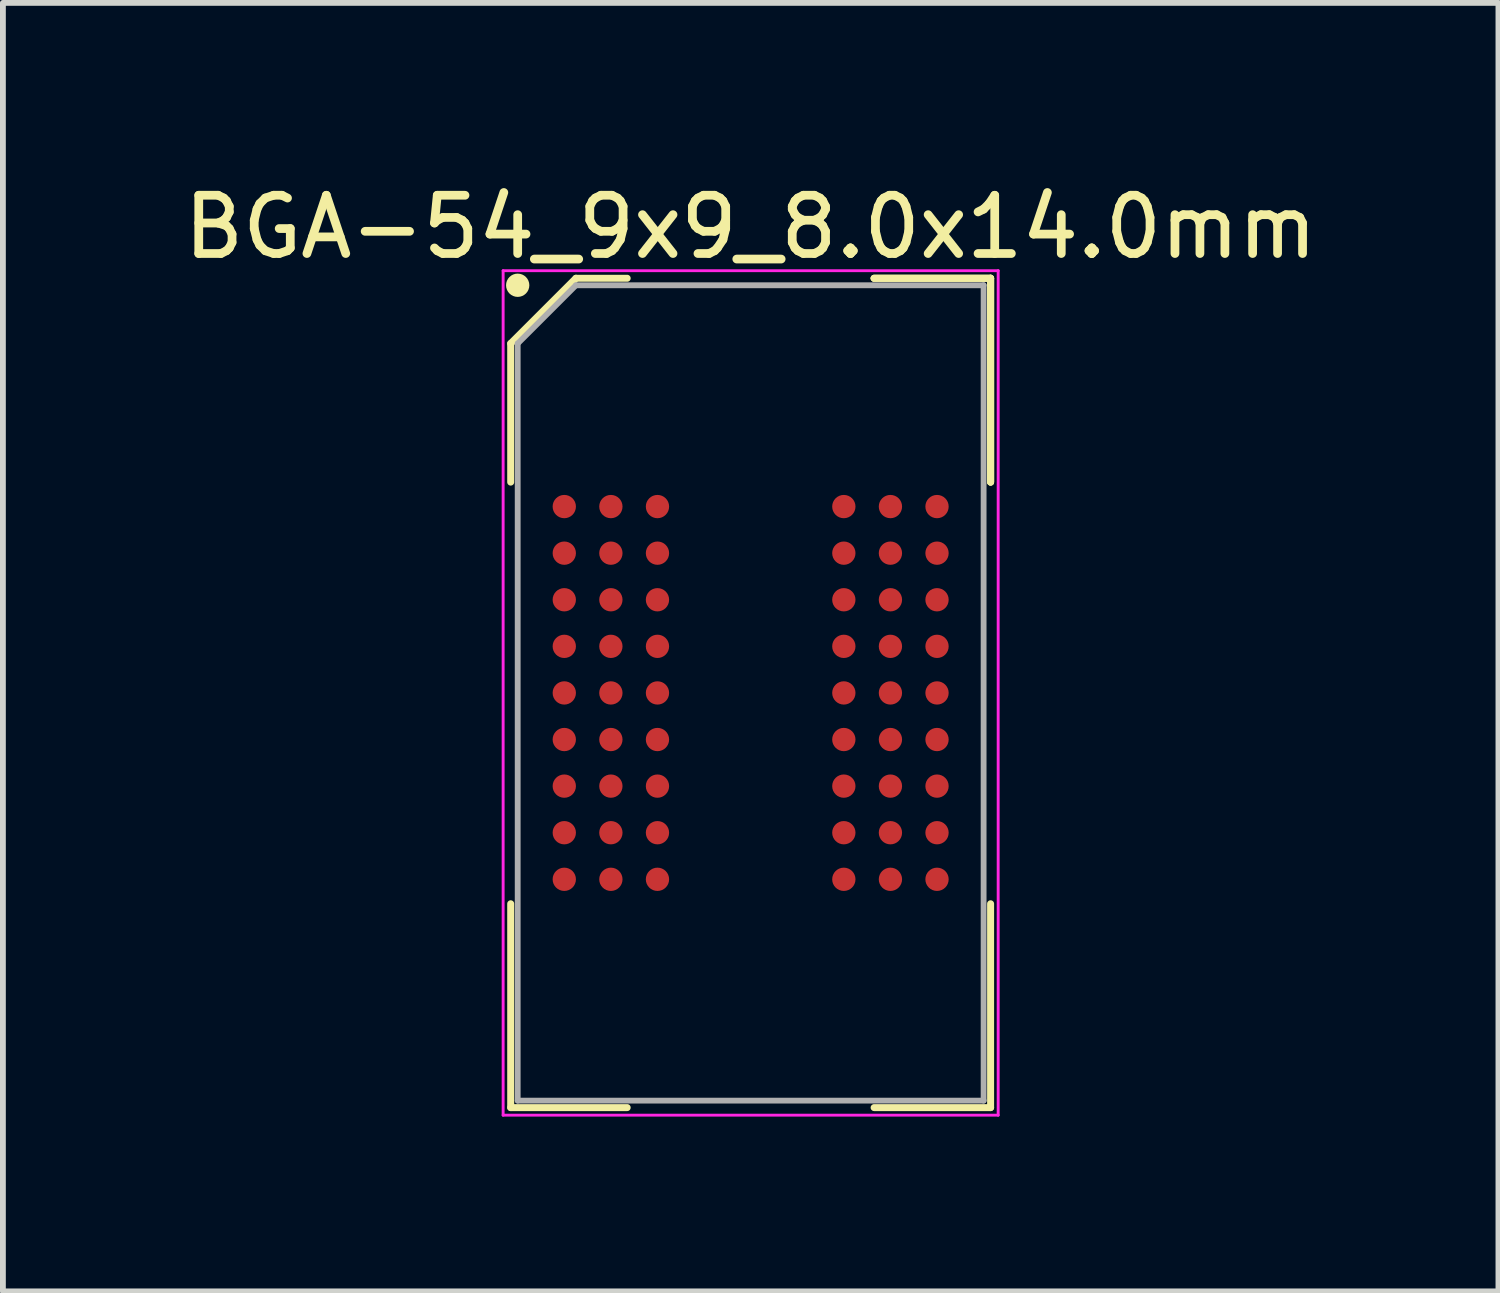
<source format=kicad_pcb>
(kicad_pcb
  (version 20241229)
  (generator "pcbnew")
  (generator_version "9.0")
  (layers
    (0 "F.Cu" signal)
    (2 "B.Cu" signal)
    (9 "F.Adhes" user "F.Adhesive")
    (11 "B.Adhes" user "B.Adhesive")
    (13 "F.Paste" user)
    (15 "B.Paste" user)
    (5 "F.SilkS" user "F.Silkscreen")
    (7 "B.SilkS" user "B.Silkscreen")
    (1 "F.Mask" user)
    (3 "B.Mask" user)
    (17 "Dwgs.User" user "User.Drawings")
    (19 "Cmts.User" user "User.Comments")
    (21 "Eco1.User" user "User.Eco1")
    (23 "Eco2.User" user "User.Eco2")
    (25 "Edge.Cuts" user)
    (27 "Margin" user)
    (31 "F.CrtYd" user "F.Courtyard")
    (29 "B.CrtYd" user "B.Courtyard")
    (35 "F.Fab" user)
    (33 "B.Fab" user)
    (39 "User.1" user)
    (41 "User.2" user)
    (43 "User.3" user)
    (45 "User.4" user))
  (footprint "BGA-54_9x9_8.0x14.0mm"
    (layer "F.Cu")
    (at 9.839 8.848)
    (property "Reference" "BGA-54_9x9_8.0x14.0mm" (at 0 -8 0) (layer "F.SilkS") (effects (font (size 1 1) (thickness 0.15))))
    (attr smd)
    (fp_line (start -4.12 -6) (end -4.12 -3.62) (stroke (width 0.12) (type solid)) (layer "F.SilkS"))
    (fp_line (start -4.12 7.12) (end -4.12 3.62) (stroke (width 0.12) (type solid)) (layer "F.SilkS"))
    (fp_line (start -3 -7.12) (end -4.12 -6) (stroke (width 0.12) (type solid)) (layer "F.SilkS"))
    (fp_line (start -2.12 -7.12) (end -3 -7.12) (stroke (width 0.12) (type solid)) (layer "F.SilkS"))
    (fp_line (start -2.12 7.12) (end -4.12 7.12) (stroke (width 0.12) (type solid)) (layer "F.SilkS"))
    (fp_line (start 2.12 -7.12) (end 4.12 -7.12) (stroke (width 0.12) (type solid)) (layer "F.SilkS"))
    (fp_line (start 2.12 -7.12) (end 4.12 -7.12) (stroke (width 0.12) (type solid)) (layer "F.SilkS"))
    (fp_line (start 2.12 -7.12) (end 4.12 -7.12) (stroke (width 0.12) (type solid)) (layer "F.SilkS"))
    (fp_line (start 2.12 7.12) (end 4.12 7.12) (stroke (width 0.12) (type solid)) (layer "F.SilkS"))
    (fp_line (start 4.12 -7.12) (end 4.12 -3.62) (stroke (width 0.12) (type solid)) (layer "F.SilkS"))
    (fp_line (start 4.12 -7.12) (end 4.12 -3.62) (stroke (width 0.12) (type solid)) (layer "F.SilkS"))
    (fp_line (start 4.12 -7.12) (end 4.12 -3.62) (stroke (width 0.12) (type solid)) (layer "F.SilkS"))
    (fp_line (start 4.12 7.12) (end 4.12 3.62) (stroke (width 0.12) (type solid)) (layer "F.SilkS"))
    (fp_circle (center -4 -7) (end -4 -6.9) (stroke (width 0.2) (type solid)) (fill no) (layer "F.SilkS"))
    (fp_line (start -4.25 -7.25) (end 4.25 -7.25) (stroke (width 0.05) (type solid)) (layer "F.CrtYd"))
    (fp_line (start -4.25 7.25) (end -4.25 -7.25) (stroke (width 0.05) (type solid)) (layer "F.CrtYd"))
    (fp_line (start 4.25 -7.25) (end 4.25 7.25) (stroke (width 0.05) (type solid)) (layer "F.CrtYd"))
    (fp_line (start 4.25 7.25) (end -4.25 7.25) (stroke (width 0.05) (type solid)) (layer "F.CrtYd"))
    (fp_line (start -4 -6) (end -4 7) (stroke (width 0.1) (type solid)) (layer "F.Fab"))
    (fp_line (start -4 7) (end 4 7) (stroke (width 0.1) (type solid)) (layer "F.Fab"))
    (fp_line (start -3 -7) (end -4 -6) (stroke (width 0.1) (type solid)) (layer "F.Fab"))
    (fp_line (start 4 -7) (end -3 -7) (stroke (width 0.1) (type solid)) (layer "F.Fab"))
    (fp_line (start 4 7) (end 4 -7) (stroke (width 0.1) (type solid)) (layer "F.Fab"))
    (pad "A1" smd circle (at -3.2 -3.2) (size 0.4 0.4) (layers "F.Cu" "F.Mask" "F.Paste"))
    (pad "A2" smd circle (at -2.4 -3.2) (size 0.4 0.4) (layers "F.Cu" "F.Mask" "F.Paste"))
    (pad "A3" smd circle (at -1.6 -3.2) (size 0.4 0.4) (layers "F.Cu" "F.Mask" "F.Paste"))
    (pad "A7" smd circle (at 1.6 -3.2) (size 0.4 0.4) (layers "F.Cu" "F.Mask" "F.Paste"))
    (pad "A8" smd circle (at 2.4 -3.2) (size 0.4 0.4) (layers "F.Cu" "F.Mask" "F.Paste"))
    (pad "A9" smd circle (at 3.2 -3.2) (size 0.4 0.4) (layers "F.Cu" "F.Mask" "F.Paste"))
    (pad "B1" smd circle (at -3.2 -2.4) (size 0.4 0.4) (layers "F.Cu" "F.Mask" "F.Paste"))
    (pad "B2" smd circle (at -2.4 -2.4) (size 0.4 0.4) (layers "F.Cu" "F.Mask" "F.Paste"))
    (pad "B3" smd circle (at -1.6 -2.4) (size 0.4 0.4) (layers "F.Cu" "F.Mask" "F.Paste"))
    (pad "B7" smd circle (at 1.6 -2.4) (size 0.4 0.4) (layers "F.Cu" "F.Mask" "F.Paste"))
    (pad "B8" smd circle (at 2.4 -2.4) (size 0.4 0.4) (layers "F.Cu" "F.Mask" "F.Paste"))
    (pad "B9" smd circle (at 3.2 -2.4) (size 0.4 0.4) (layers "F.Cu" "F.Mask" "F.Paste"))
    (pad "C1" smd circle (at -3.2 -1.6) (size 0.4 0.4) (layers "F.Cu" "F.Mask" "F.Paste"))
    (pad "C2" smd circle (at -2.4 -1.6) (size 0.4 0.4) (layers "F.Cu" "F.Mask" "F.Paste"))
    (pad "C3" smd circle (at -1.6 -1.6) (size 0.4 0.4) (layers "F.Cu" "F.Mask" "F.Paste"))
    (pad "C7" smd circle (at 1.6 -1.6) (size 0.4 0.4) (layers "F.Cu" "F.Mask" "F.Paste"))
    (pad "C8" smd circle (at 2.4 -1.6) (size 0.4 0.4) (layers "F.Cu" "F.Mask" "F.Paste"))
    (pad "C9" smd circle (at 3.2 -1.6) (size 0.4 0.4) (layers "F.Cu" "F.Mask" "F.Paste"))
    (pad "D1" smd circle (at -3.2 -0.8) (size 0.4 0.4) (layers "F.Cu" "F.Mask" "F.Paste"))
    (pad "D2" smd circle (at -2.4 -0.8) (size 0.4 0.4) (layers "F.Cu" "F.Mask" "F.Paste"))
    (pad "D3" smd circle (at -1.6 -0.8) (size 0.4 0.4) (layers "F.Cu" "F.Mask" "F.Paste"))
    (pad "D7" smd circle (at 1.6 -0.8) (size 0.4 0.4) (layers "F.Cu" "F.Mask" "F.Paste"))
    (pad "D8" smd circle (at 2.4 -0.8) (size 0.4 0.4) (layers "F.Cu" "F.Mask" "F.Paste"))
    (pad "D9" smd circle (at 3.2 -0.8) (size 0.4 0.4) (layers "F.Cu" "F.Mask" "F.Paste"))
    (pad "E1" smd circle (at -3.2 0) (size 0.4 0.4) (layers "F.Cu" "F.Mask" "F.Paste"))
    (pad "E2" smd circle (at -2.4 0) (size 0.4 0.4) (layers "F.Cu" "F.Mask" "F.Paste"))
    (pad "E3" smd circle (at -1.6 0) (size 0.4 0.4) (layers "F.Cu" "F.Mask" "F.Paste"))
    (pad "E7" smd circle (at 1.6 0) (size 0.4 0.4) (layers "F.Cu" "F.Mask" "F.Paste"))
    (pad "E8" smd circle (at 2.4 0) (size 0.4 0.4) (layers "F.Cu" "F.Mask" "F.Paste"))
    (pad "E9" smd circle (at 3.2 0) (size 0.4 0.4) (layers "F.Cu" "F.Mask" "F.Paste"))
    (pad "F1" smd circle (at -3.2 0.8) (size 0.4 0.4) (layers "F.Cu" "F.Mask" "F.Paste"))
    (pad "F2" smd circle (at -2.4 0.8) (size 0.4 0.4) (layers "F.Cu" "F.Mask" "F.Paste"))
    (pad "F3" smd circle (at -1.6 0.8) (size 0.4 0.4) (layers "F.Cu" "F.Mask" "F.Paste"))
    (pad "F7" smd circle (at 1.6 0.8) (size 0.4 0.4) (layers "F.Cu" "F.Mask" "F.Paste"))
    (pad "F8" smd circle (at 2.4 0.8) (size 0.4 0.4) (layers "F.Cu" "F.Mask" "F.Paste"))
    (pad "F9" smd circle (at 3.2 0.8) (size 0.4 0.4) (layers "F.Cu" "F.Mask" "F.Paste"))
    (pad "G1" smd circle (at -3.2 1.6) (size 0.4 0.4) (layers "F.Cu" "F.Mask" "F.Paste"))
    (pad "G2" smd circle (at -2.4 1.6) (size 0.4 0.4) (layers "F.Cu" "F.Mask" "F.Paste"))
    (pad "G3" smd circle (at -1.6 1.6) (size 0.4 0.4) (layers "F.Cu" "F.Mask" "F.Paste"))
    (pad "G7" smd circle (at 1.6 1.6) (size 0.4 0.4) (layers "F.Cu" "F.Mask" "F.Paste"))
    (pad "G8" smd circle (at 2.4 1.6) (size 0.4 0.4) (layers "F.Cu" "F.Mask" "F.Paste"))
    (pad "G9" smd circle (at 3.2 1.6) (size 0.4 0.4) (layers "F.Cu" "F.Mask" "F.Paste"))
    (pad "H1" smd circle (at -3.2 2.4) (size 0.4 0.4) (layers "F.Cu" "F.Mask" "F.Paste"))
    (pad "H2" smd circle (at -2.4 2.4) (size 0.4 0.4) (layers "F.Cu" "F.Mask" "F.Paste"))
    (pad "H3" smd circle (at -1.6 2.4) (size 0.4 0.4) (layers "F.Cu" "F.Mask" "F.Paste"))
    (pad "H7" smd circle (at 1.6 2.4) (size 0.4 0.4) (layers "F.Cu" "F.Mask" "F.Paste"))
    (pad "H8" smd circle (at 2.4 2.4) (size 0.4 0.4) (layers "F.Cu" "F.Mask" "F.Paste"))
    (pad "H9" smd circle (at 3.2 2.4) (size 0.4 0.4) (layers "F.Cu" "F.Mask" "F.Paste"))
    (pad "J1" smd circle (at -3.2 3.2) (size 0.4 0.4) (layers "F.Cu" "F.Mask" "F.Paste"))
    (pad "J2" smd circle (at -2.4 3.2) (size 0.4 0.4) (layers "F.Cu" "F.Mask" "F.Paste"))
    (pad "J3" smd circle (at -1.6 3.2) (size 0.4 0.4) (layers "F.Cu" "F.Mask" "F.Paste"))
    (pad "J7" smd circle (at 1.6 3.2) (size 0.4 0.4) (layers "F.Cu" "F.Mask" "F.Paste"))
    (pad "J8" smd circle (at 2.4 3.2) (size 0.4 0.4) (layers "F.Cu" "F.Mask" "F.Paste"))
    (pad "J9" smd circle (at 3.2 3.2) (size 0.4 0.4) (layers "F.Cu" "F.Mask" "F.Paste")))
  (gr_rect
    (start -3 -3)
    (end 22.679 19.123)
    (stroke (width 0.1) (type default))
    (fill no)
    (layer "Edge.Cuts")))
</source>
